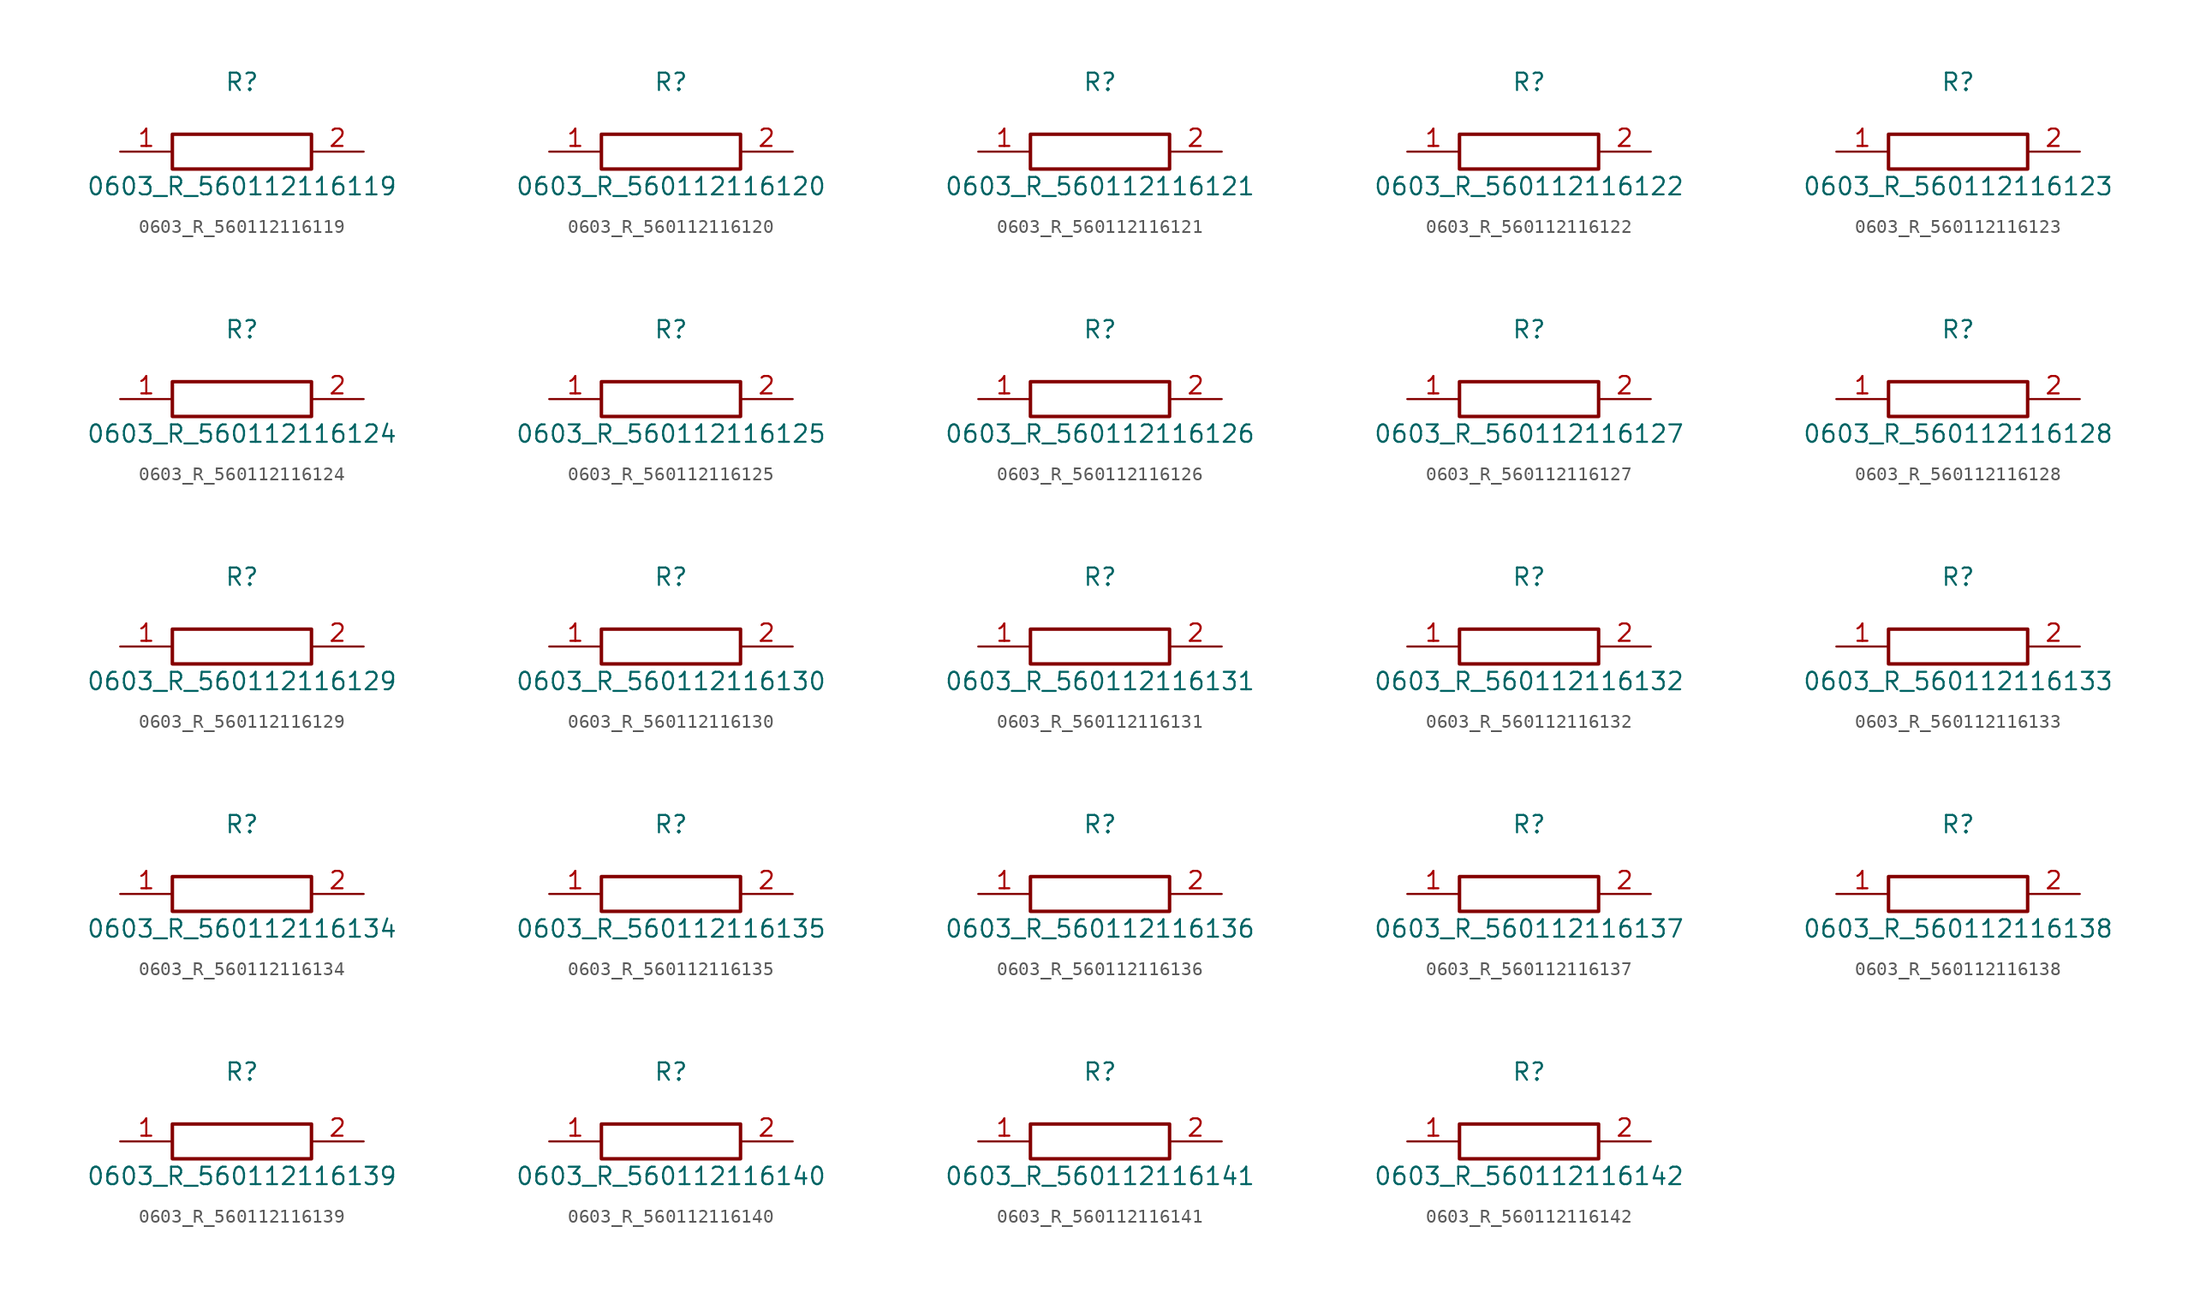
<source format=kicad_sym>
(kicad_symbol_lib
  (version 20211014)
  (generator kicad_symbol_editor)
  (symbol "Resistor_Wurth_WRIS-RSKS:0603_R_560112116119"
    (pin_names hide)
    (property "Reference" "R"
      (at 0 5.08 0)
      (effects (font (size 1.27 1.27))))
    (property "Value" "0603_R_560112116119"
      (at 0 -2.54 0)
      (effects (font (size 1.27 1.27))))
    (symbol "0603_R_560112116119_0_1"
      (rectangle (start -5.08 1.27) (end 5.08 -1.27) (stroke (width 0.254) (type solid)) (fill (type none)))
      (pin passive line (at -8.89 0 0) (length 3.81) (name "1" (effects (font (size 1.27 1.27)))) (number "1" (effects (font (size 1.27 1.27)))))
      (pin passive line (at 8.89 0 180) (length 3.81) (name "2" (effects (font (size 1.27 1.27)))) (number "2" (effects (font (size 1.27 1.27)))))))
  (symbol "Resistor_Wurth_WRIS-RSKS:0603_R_560112116120"
    (pin_names hide)
    (property "Reference" "R"
      (at 0 5.08 0)
      (effects (font (size 1.27 1.27))))
    (property "Value" "0603_R_560112116120"
      (at 0 -2.54 0)
      (effects (font (size 1.27 1.27))))
    (symbol "0603_R_560112116120_0_1"
      (rectangle (start -5.08 1.27) (end 5.08 -1.27) (stroke (width 0.254) (type solid)) (fill (type none)))
      (pin passive line (at -8.89 0 0) (length 3.81) (name "1" (effects (font (size 1.27 1.27)))) (number "1" (effects (font (size 1.27 1.27)))))
      (pin passive line (at 8.89 0 180) (length 3.81) (name "2" (effects (font (size 1.27 1.27)))) (number "2" (effects (font (size 1.27 1.27)))))))
  (symbol "Resistor_Wurth_WRIS-RSKS:0603_R_560112116121"
    (pin_names hide)
    (property "Reference" "R"
      (at 0 5.08 0)
      (effects (font (size 1.27 1.27))))
    (property "Value" "0603_R_560112116121"
      (at 0 -2.54 0)
      (effects (font (size 1.27 1.27))))
    (symbol "0603_R_560112116121_0_1"
      (rectangle (start -5.08 1.27) (end 5.08 -1.27) (stroke (width 0.254) (type solid)) (fill (type none)))
      (pin passive line (at -8.89 0 0) (length 3.81) (name "1" (effects (font (size 1.27 1.27)))) (number "1" (effects (font (size 1.27 1.27)))))
      (pin passive line (at 8.89 0 180) (length 3.81) (name "2" (effects (font (size 1.27 1.27)))) (number "2" (effects (font (size 1.27 1.27)))))))
  (symbol "Resistor_Wurth_WRIS-RSKS:0603_R_560112116122"
    (pin_names hide)
    (property "Reference" "R"
      (at 0 5.08 0)
      (effects (font (size 1.27 1.27))))
    (property "Value" "0603_R_560112116122"
      (at 0 -2.54 0)
      (effects (font (size 1.27 1.27))))
    (symbol "0603_R_560112116122_0_1"
      (rectangle (start -5.08 1.27) (end 5.08 -1.27) (stroke (width 0.254) (type solid)) (fill (type none)))
      (pin passive line (at -8.89 0 0) (length 3.81) (name "1" (effects (font (size 1.27 1.27)))) (number "1" (effects (font (size 1.27 1.27)))))
      (pin passive line (at 8.89 0 180) (length 3.81) (name "2" (effects (font (size 1.27 1.27)))) (number "2" (effects (font (size 1.27 1.27)))))))
  (symbol "Resistor_Wurth_WRIS-RSKS:0603_R_560112116123"
    (pin_names hide)
    (property "Reference" "R"
      (at 0 5.08 0)
      (effects (font (size 1.27 1.27))))
    (property "Value" "0603_R_560112116123"
      (at 0 -2.54 0)
      (effects (font (size 1.27 1.27))))
    (symbol "0603_R_560112116123_0_1"
      (rectangle (start -5.08 1.27) (end 5.08 -1.27) (stroke (width 0.254) (type solid)) (fill (type none)))
      (pin passive line (at -8.89 0 0) (length 3.81) (name "1" (effects (font (size 1.27 1.27)))) (number "1" (effects (font (size 1.27 1.27)))))
      (pin passive line (at 8.89 0 180) (length 3.81) (name "2" (effects (font (size 1.27 1.27)))) (number "2" (effects (font (size 1.27 1.27)))))))
  (symbol "Resistor_Wurth_WRIS-RSKS:0603_R_560112116124"
    (pin_names hide)
    (property "Reference" "R"
      (at 0 5.08 0)
      (effects (font (size 1.27 1.27))))
    (property "Value" "0603_R_560112116124"
      (at 0 -2.54 0)
      (effects (font (size 1.27 1.27))))
    (symbol "0603_R_560112116124_0_1"
      (rectangle (start -5.08 1.27) (end 5.08 -1.27) (stroke (width 0.254) (type solid)) (fill (type none)))
      (pin passive line (at -8.89 0 0) (length 3.81) (name "1" (effects (font (size 1.27 1.27)))) (number "1" (effects (font (size 1.27 1.27)))))
      (pin passive line (at 8.89 0 180) (length 3.81) (name "2" (effects (font (size 1.27 1.27)))) (number "2" (effects (font (size 1.27 1.27)))))))
  (symbol "Resistor_Wurth_WRIS-RSKS:0603_R_560112116125"
    (pin_names hide)
    (property "Reference" "R"
      (at 0 5.08 0)
      (effects (font (size 1.27 1.27))))
    (property "Value" "0603_R_560112116125"
      (at 0 -2.54 0)
      (effects (font (size 1.27 1.27))))
    (symbol "0603_R_560112116125_0_1"
      (rectangle (start -5.08 1.27) (end 5.08 -1.27) (stroke (width 0.254) (type solid)) (fill (type none)))
      (pin passive line (at -8.89 0 0) (length 3.81) (name "1" (effects (font (size 1.27 1.27)))) (number "1" (effects (font (size 1.27 1.27)))))
      (pin passive line (at 8.89 0 180) (length 3.81) (name "2" (effects (font (size 1.27 1.27)))) (number "2" (effects (font (size 1.27 1.27)))))))
  (symbol "Resistor_Wurth_WRIS-RSKS:0603_R_560112116126"
    (pin_names hide)
    (property "Reference" "R"
      (at 0 5.08 0)
      (effects (font (size 1.27 1.27))))
    (property "Value" "0603_R_560112116126"
      (at 0 -2.54 0)
      (effects (font (size 1.27 1.27))))
    (symbol "0603_R_560112116126_0_1"
      (rectangle (start -5.08 1.27) (end 5.08 -1.27) (stroke (width 0.254) (type solid)) (fill (type none)))
      (pin passive line (at -8.89 0 0) (length 3.81) (name "1" (effects (font (size 1.27 1.27)))) (number "1" (effects (font (size 1.27 1.27)))))
      (pin passive line (at 8.89 0 180) (length 3.81) (name "2" (effects (font (size 1.27 1.27)))) (number "2" (effects (font (size 1.27 1.27)))))))
  (symbol "Resistor_Wurth_WRIS-RSKS:0603_R_560112116127"
    (pin_names hide)
    (property "Reference" "R"
      (at 0 5.08 0)
      (effects (font (size 1.27 1.27))))
    (property "Value" "0603_R_560112116127"
      (at 0 -2.54 0)
      (effects (font (size 1.27 1.27))))
    (symbol "0603_R_560112116127_0_1"
      (rectangle (start -5.08 1.27) (end 5.08 -1.27) (stroke (width 0.254) (type solid)) (fill (type none)))
      (pin passive line (at -8.89 0 0) (length 3.81) (name "1" (effects (font (size 1.27 1.27)))) (number "1" (effects (font (size 1.27 1.27)))))
      (pin passive line (at 8.89 0 180) (length 3.81) (name "2" (effects (font (size 1.27 1.27)))) (number "2" (effects (font (size 1.27 1.27)))))))
  (symbol "Resistor_Wurth_WRIS-RSKS:0603_R_560112116128"
    (pin_names hide)
    (property "Reference" "R"
      (at 0 5.08 0)
      (effects (font (size 1.27 1.27))))
    (property "Value" "0603_R_560112116128"
      (at 0 -2.54 0)
      (effects (font (size 1.27 1.27))))
    (symbol "0603_R_560112116128_0_1"
      (rectangle (start -5.08 1.27) (end 5.08 -1.27) (stroke (width 0.254) (type solid)) (fill (type none)))
      (pin passive line (at -8.89 0 0) (length 3.81) (name "1" (effects (font (size 1.27 1.27)))) (number "1" (effects (font (size 1.27 1.27)))))
      (pin passive line (at 8.89 0 180) (length 3.81) (name "2" (effects (font (size 1.27 1.27)))) (number "2" (effects (font (size 1.27 1.27)))))))
  (symbol "Resistor_Wurth_WRIS-RSKS:0603_R_560112116129"
    (pin_names hide)
    (property "Reference" "R"
      (at 0 5.08 0)
      (effects (font (size 1.27 1.27))))
    (property "Value" "0603_R_560112116129"
      (at 0 -2.54 0)
      (effects (font (size 1.27 1.27))))
    (symbol "0603_R_560112116129_0_1"
      (rectangle (start -5.08 1.27) (end 5.08 -1.27) (stroke (width 0.254) (type solid)) (fill (type none)))
      (pin passive line (at -8.89 0 0) (length 3.81) (name "1" (effects (font (size 1.27 1.27)))) (number "1" (effects (font (size 1.27 1.27)))))
      (pin passive line (at 8.89 0 180) (length 3.81) (name "2" (effects (font (size 1.27 1.27)))) (number "2" (effects (font (size 1.27 1.27)))))))
  (symbol "Resistor_Wurth_WRIS-RSKS:0603_R_560112116130"
    (pin_names hide)
    (property "Reference" "R"
      (at 0 5.08 0)
      (effects (font (size 1.27 1.27))))
    (property "Value" "0603_R_560112116130"
      (at 0 -2.54 0)
      (effects (font (size 1.27 1.27))))
    (symbol "0603_R_560112116130_0_1"
      (rectangle (start -5.08 1.27) (end 5.08 -1.27) (stroke (width 0.254) (type solid)) (fill (type none)))
      (pin passive line (at -8.89 0 0) (length 3.81) (name "1" (effects (font (size 1.27 1.27)))) (number "1" (effects (font (size 1.27 1.27)))))
      (pin passive line (at 8.89 0 180) (length 3.81) (name "2" (effects (font (size 1.27 1.27)))) (number "2" (effects (font (size 1.27 1.27)))))))
  (symbol "Resistor_Wurth_WRIS-RSKS:0603_R_560112116131"
    (pin_names hide)
    (property "Reference" "R"
      (at 0 5.08 0)
      (effects (font (size 1.27 1.27))))
    (property "Value" "0603_R_560112116131"
      (at 0 -2.54 0)
      (effects (font (size 1.27 1.27))))
    (symbol "0603_R_560112116131_0_1"
      (rectangle (start -5.08 1.27) (end 5.08 -1.27) (stroke (width 0.254) (type solid)) (fill (type none)))
      (pin passive line (at -8.89 0 0) (length 3.81) (name "1" (effects (font (size 1.27 1.27)))) (number "1" (effects (font (size 1.27 1.27)))))
      (pin passive line (at 8.89 0 180) (length 3.81) (name "2" (effects (font (size 1.27 1.27)))) (number "2" (effects (font (size 1.27 1.27)))))))
  (symbol "Resistor_Wurth_WRIS-RSKS:0603_R_560112116132"
    (pin_names hide)
    (property "Reference" "R"
      (at 0 5.08 0)
      (effects (font (size 1.27 1.27))))
    (property "Value" "0603_R_560112116132"
      (at 0 -2.54 0)
      (effects (font (size 1.27 1.27))))
    (symbol "0603_R_560112116132_0_1"
      (rectangle (start -5.08 1.27) (end 5.08 -1.27) (stroke (width 0.254) (type solid)) (fill (type none)))
      (pin passive line (at -8.89 0 0) (length 3.81) (name "1" (effects (font (size 1.27 1.27)))) (number "1" (effects (font (size 1.27 1.27)))))
      (pin passive line (at 8.89 0 180) (length 3.81) (name "2" (effects (font (size 1.27 1.27)))) (number "2" (effects (font (size 1.27 1.27)))))))
  (symbol "Resistor_Wurth_WRIS-RSKS:0603_R_560112116133"
    (pin_names hide)
    (property "Reference" "R"
      (at 0 5.08 0)
      (effects (font (size 1.27 1.27))))
    (property "Value" "0603_R_560112116133"
      (at 0 -2.54 0)
      (effects (font (size 1.27 1.27))))
    (symbol "0603_R_560112116133_0_1"
      (rectangle (start -5.08 1.27) (end 5.08 -1.27) (stroke (width 0.254) (type solid)) (fill (type none)))
      (pin passive line (at -8.89 0 0) (length 3.81) (name "1" (effects (font (size 1.27 1.27)))) (number "1" (effects (font (size 1.27 1.27)))))
      (pin passive line (at 8.89 0 180) (length 3.81) (name "2" (effects (font (size 1.27 1.27)))) (number "2" (effects (font (size 1.27 1.27)))))))
  (symbol "Resistor_Wurth_WRIS-RSKS:0603_R_560112116134"
    (pin_names hide)
    (property "Reference" "R"
      (at 0 5.08 0)
      (effects (font (size 1.27 1.27))))
    (property "Value" "0603_R_560112116134"
      (at 0 -2.54 0)
      (effects (font (size 1.27 1.27))))
    (symbol "0603_R_560112116134_0_1"
      (rectangle (start -5.08 1.27) (end 5.08 -1.27) (stroke (width 0.254) (type solid)) (fill (type none)))
      (pin passive line (at -8.89 0 0) (length 3.81) (name "1" (effects (font (size 1.27 1.27)))) (number "1" (effects (font (size 1.27 1.27)))))
      (pin passive line (at 8.89 0 180) (length 3.81) (name "2" (effects (font (size 1.27 1.27)))) (number "2" (effects (font (size 1.27 1.27)))))))
  (symbol "Resistor_Wurth_WRIS-RSKS:0603_R_560112116135"
    (pin_names hide)
    (property "Reference" "R"
      (at 0 5.08 0)
      (effects (font (size 1.27 1.27))))
    (property "Value" "0603_R_560112116135"
      (at 0 -2.54 0)
      (effects (font (size 1.27 1.27))))
    (symbol "0603_R_560112116135_0_1"
      (rectangle (start -5.08 1.27) (end 5.08 -1.27) (stroke (width 0.254) (type solid)) (fill (type none)))
      (pin passive line (at -8.89 0 0) (length 3.81) (name "1" (effects (font (size 1.27 1.27)))) (number "1" (effects (font (size 1.27 1.27)))))
      (pin passive line (at 8.89 0 180) (length 3.81) (name "2" (effects (font (size 1.27 1.27)))) (number "2" (effects (font (size 1.27 1.27)))))))
  (symbol "Resistor_Wurth_WRIS-RSKS:0603_R_560112116136"
    (pin_names hide)
    (property "Reference" "R"
      (at 0 5.08 0)
      (effects (font (size 1.27 1.27))))
    (property "Value" "0603_R_560112116136"
      (at 0 -2.54 0)
      (effects (font (size 1.27 1.27))))
    (symbol "0603_R_560112116136_0_1"
      (rectangle (start -5.08 1.27) (end 5.08 -1.27) (stroke (width 0.254) (type solid)) (fill (type none)))
      (pin passive line (at -8.89 0 0) (length 3.81) (name "1" (effects (font (size 1.27 1.27)))) (number "1" (effects (font (size 1.27 1.27)))))
      (pin passive line (at 8.89 0 180) (length 3.81) (name "2" (effects (font (size 1.27 1.27)))) (number "2" (effects (font (size 1.27 1.27)))))))
  (symbol "Resistor_Wurth_WRIS-RSKS:0603_R_560112116137"
    (pin_names hide)
    (property "Reference" "R"
      (at 0 5.08 0)
      (effects (font (size 1.27 1.27))))
    (property "Value" "0603_R_560112116137"
      (at 0 -2.54 0)
      (effects (font (size 1.27 1.27))))
    (symbol "0603_R_560112116137_0_1"
      (rectangle (start -5.08 1.27) (end 5.08 -1.27) (stroke (width 0.254) (type solid)) (fill (type none)))
      (pin passive line (at -8.89 0 0) (length 3.81) (name "1" (effects (font (size 1.27 1.27)))) (number "1" (effects (font (size 1.27 1.27)))))
      (pin passive line (at 8.89 0 180) (length 3.81) (name "2" (effects (font (size 1.27 1.27)))) (number "2" (effects (font (size 1.27 1.27)))))))
  (symbol "Resistor_Wurth_WRIS-RSKS:0603_R_560112116138"
    (pin_names hide)
    (property "Reference" "R"
      (at 0 5.08 0)
      (effects (font (size 1.27 1.27))))
    (property "Value" "0603_R_560112116138"
      (at 0 -2.54 0)
      (effects (font (size 1.27 1.27))))
    (symbol "0603_R_560112116138_0_1"
      (rectangle (start -5.08 1.27) (end 5.08 -1.27) (stroke (width 0.254) (type solid)) (fill (type none)))
      (pin passive line (at -8.89 0 0) (length 3.81) (name "1" (effects (font (size 1.27 1.27)))) (number "1" (effects (font (size 1.27 1.27)))))
      (pin passive line (at 8.89 0 180) (length 3.81) (name "2" (effects (font (size 1.27 1.27)))) (number "2" (effects (font (size 1.27 1.27)))))))
  (symbol "Resistor_Wurth_WRIS-RSKS:0603_R_560112116139"
    (pin_names hide)
    (property "Reference" "R"
      (at 0 5.08 0)
      (effects (font (size 1.27 1.27))))
    (property "Value" "0603_R_560112116139"
      (at 0 -2.54 0)
      (effects (font (size 1.27 1.27))))
    (symbol "0603_R_560112116139_0_1"
      (rectangle (start -5.08 1.27) (end 5.08 -1.27) (stroke (width 0.254) (type solid)) (fill (type none)))
      (pin passive line (at -8.89 0 0) (length 3.81) (name "1" (effects (font (size 1.27 1.27)))) (number "1" (effects (font (size 1.27 1.27)))))
      (pin passive line (at 8.89 0 180) (length 3.81) (name "2" (effects (font (size 1.27 1.27)))) (number "2" (effects (font (size 1.27 1.27)))))))
  (symbol "Resistor_Wurth_WRIS-RSKS:0603_R_560112116140"
    (pin_names hide)
    (property "Reference" "R"
      (at 0 5.08 0)
      (effects (font (size 1.27 1.27))))
    (property "Value" "0603_R_560112116140"
      (at 0 -2.54 0)
      (effects (font (size 1.27 1.27))))
    (symbol "0603_R_560112116140_0_1"
      (rectangle (start -5.08 1.27) (end 5.08 -1.27) (stroke (width 0.254) (type solid)) (fill (type none)))
      (pin passive line (at -8.89 0 0) (length 3.81) (name "1" (effects (font (size 1.27 1.27)))) (number "1" (effects (font (size 1.27 1.27)))))
      (pin passive line (at 8.89 0 180) (length 3.81) (name "2" (effects (font (size 1.27 1.27)))) (number "2" (effects (font (size 1.27 1.27)))))))
  (symbol "Resistor_Wurth_WRIS-RSKS:0603_R_560112116141"
    (pin_names hide)
    (property "Reference" "R"
      (at 0 5.08 0)
      (effects (font (size 1.27 1.27))))
    (property "Value" "0603_R_560112116141"
      (at 0 -2.54 0)
      (effects (font (size 1.27 1.27))))
    (symbol "0603_R_560112116141_0_1"
      (rectangle (start -5.08 1.27) (end 5.08 -1.27) (stroke (width 0.254) (type solid)) (fill (type none)))
      (pin passive line (at -8.89 0 0) (length 3.81) (name "1" (effects (font (size 1.27 1.27)))) (number "1" (effects (font (size 1.27 1.27)))))
      (pin passive line (at 8.89 0 180) (length 3.81) (name "2" (effects (font (size 1.27 1.27)))) (number "2" (effects (font (size 1.27 1.27)))))))
  (symbol "Resistor_Wurth_WRIS-RSKS:0603_R_560112116142"
    (pin_names hide)
    (property "Reference" "R"
      (at 0 5.08 0)
      (effects (font (size 1.27 1.27))))
    (property "Value" "0603_R_560112116142"
      (at 0 -2.54 0)
      (effects (font (size 1.27 1.27))))
    (symbol "0603_R_560112116142_0_1"
      (rectangle (start -5.08 1.27) (end 5.08 -1.27) (stroke (width 0.254) (type solid)) (fill (type none)))
      (pin passive line (at -8.89 0 0) (length 3.81) (name "1" (effects (font (size 1.27 1.27)))) (number "1" (effects (font (size 1.27 1.27)))))
      (pin passive line (at 8.89 0 180) (length 3.81) (name "2" (effects (font (size 1.27 1.27)))) (number "2" (effects (font (size 1.27 1.27))))))))
</source>
